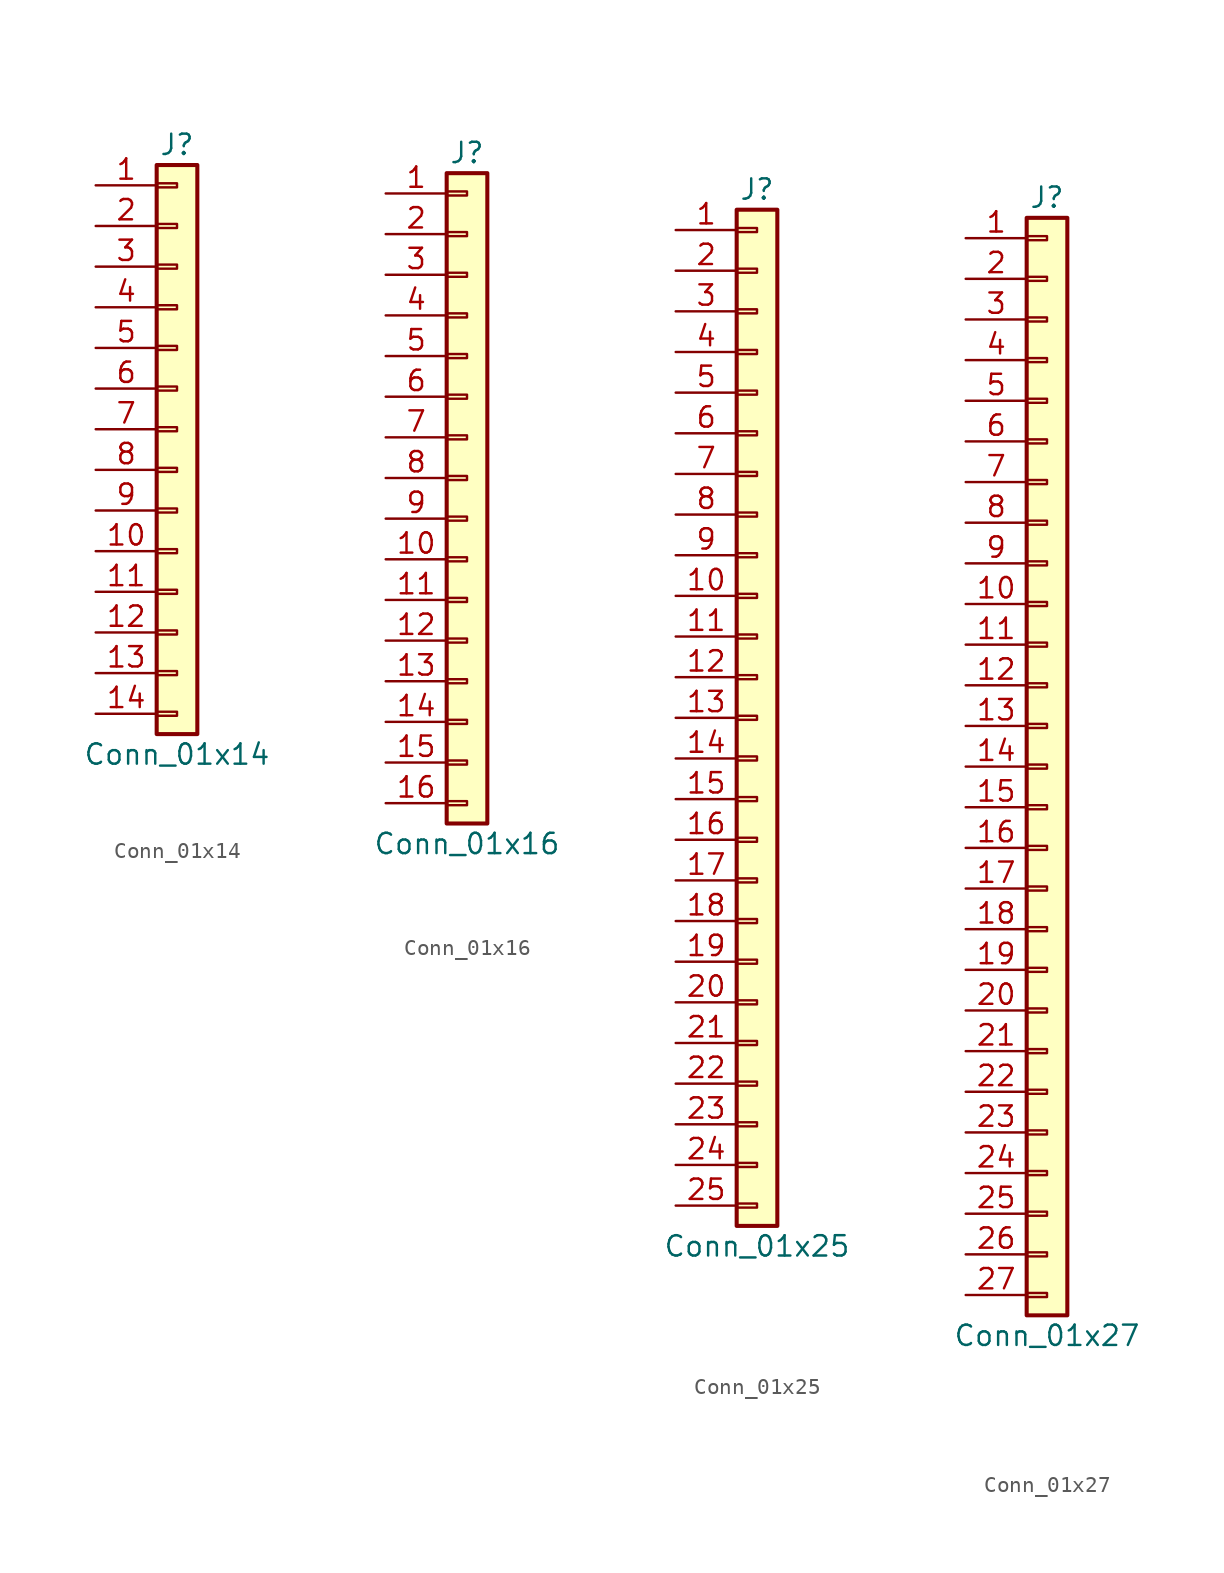
<source format=kicad_sym>
(kicad_symbol_lib
  (version 20220914)
  (generator kicad_symbol_editor)
  (symbol "Conn_01x14"
    (pin_names
      (offset 1.016) hide)
    (property "Reference" "J"
      (at 0 17.78 0)
      (effects (font (size 1.27 1.27))))
    (property "Value" "Conn_01x14"
      (at 0 -20.32 0)
      (effects (font (size 1.27 1.27))))
    (symbol "Conn_01x14_1_1"
      (rectangle (start -1.27 -17.653) (end 0 -17.907) (stroke (width 0.152) (type default)) (fill (type none)))
      (rectangle (start -1.27 -15.113) (end 0 -15.367) (stroke (width 0.152) (type default)) (fill (type none)))
      (rectangle (start -1.27 -12.573) (end 0 -12.827) (stroke (width 0.152) (type default)) (fill (type none)))
      (rectangle (start -1.27 -10.033) (end 0 -10.287) (stroke (width 0.152) (type default)) (fill (type none)))
      (rectangle (start -1.27 -7.493) (end 0 -7.747) (stroke (width 0.152) (type default)) (fill (type none)))
      (rectangle (start -1.27 -4.953) (end 0 -5.207) (stroke (width 0.152) (type default)) (fill (type none)))
      (rectangle (start -1.27 -2.413) (end 0 -2.667) (stroke (width 0.152) (type default)) (fill (type none)))
      (rectangle (start -1.27 0.127) (end 0 -0.127) (stroke (width 0.152) (type default)) (fill (type none)))
      (rectangle (start -1.27 2.667) (end 0 2.413) (stroke (width 0.152) (type default)) (fill (type none)))
      (rectangle (start -1.27 5.207) (end 0 4.953) (stroke (width 0.152) (type default)) (fill (type none)))
      (rectangle (start -1.27 7.747) (end 0 7.493) (stroke (width 0.152) (type default)) (fill (type none)))
      (rectangle (start -1.27 10.287) (end 0 10.033) (stroke (width 0.152) (type default)) (fill (type none)))
      (rectangle (start -1.27 12.827) (end 0 12.573) (stroke (width 0.152) (type default)) (fill (type none)))
      (rectangle (start -1.27 15.367) (end 0 15.113) (stroke (width 0.152) (type default)) (fill (type none)))
      (rectangle (start -1.27 16.51) (end 1.27 -19.05) (stroke (width 0.254) (type default)) (fill (type background)))
      (pin passive line (at -5.08 15.24 0) (length 3.81) (name "Pin_1" (effects (font (size 1.27 1.27)))) (number "1" (effects (font (size 1.27 1.27)))))
      (pin passive line (at -5.08 -7.62 0) (length 3.81) (name "Pin_10" (effects (font (size 1.27 1.27)))) (number "10" (effects (font (size 1.27 1.27)))))
      (pin passive line (at -5.08 -10.16 0) (length 3.81) (name "Pin_11" (effects (font (size 1.27 1.27)))) (number "11" (effects (font (size 1.27 1.27)))))
      (pin passive line (at -5.08 -12.7 0) (length 3.81) (name "Pin_12" (effects (font (size 1.27 1.27)))) (number "12" (effects (font (size 1.27 1.27)))))
      (pin passive line (at -5.08 -15.24 0) (length 3.81) (name "Pin_13" (effects (font (size 1.27 1.27)))) (number "13" (effects (font (size 1.27 1.27)))))
      (pin passive line (at -5.08 -17.78 0) (length 3.81) (name "Pin_14" (effects (font (size 1.27 1.27)))) (number "14" (effects (font (size 1.27 1.27)))))
      (pin passive line (at -5.08 12.7 0) (length 3.81) (name "Pin_2" (effects (font (size 1.27 1.27)))) (number "2" (effects (font (size 1.27 1.27)))))
      (pin passive line (at -5.08 10.16 0) (length 3.81) (name "Pin_3" (effects (font (size 1.27 1.27)))) (number "3" (effects (font (size 1.27 1.27)))))
      (pin passive line (at -5.08 7.62 0) (length 3.81) (name "Pin_4" (effects (font (size 1.27 1.27)))) (number "4" (effects (font (size 1.27 1.27)))))
      (pin passive line (at -5.08 5.08 0) (length 3.81) (name "Pin_5" (effects (font (size 1.27 1.27)))) (number "5" (effects (font (size 1.27 1.27)))))
      (pin passive line (at -5.08 2.54 0) (length 3.81) (name "Pin_6" (effects (font (size 1.27 1.27)))) (number "6" (effects (font (size 1.27 1.27)))))
      (pin passive line (at -5.08 0 0) (length 3.81) (name "Pin_7" (effects (font (size 1.27 1.27)))) (number "7" (effects (font (size 1.27 1.27)))))
      (pin passive line (at -5.08 -2.54 0) (length 3.81) (name "Pin_8" (effects (font (size 1.27 1.27)))) (number "8" (effects (font (size 1.27 1.27)))))
      (pin passive line (at -5.08 -5.08 0) (length 3.81) (name "Pin_9" (effects (font (size 1.27 1.27)))) (number "9" (effects (font (size 1.27 1.27)))))))
  (symbol "Conn_01x16"
    (pin_names
      (offset 1.016) hide)
    (property "Reference" "J"
      (at 0 20.32 0)
      (effects (font (size 1.27 1.27))))
    (property "Value" "Conn_01x16"
      (at 0 -22.86 0)
      (effects (font (size 1.27 1.27))))
    (symbol "Conn_01x16_1_1"
      (rectangle (start -1.27 -20.193) (end 0 -20.447) (stroke (width 0.152) (type default)) (fill (type none)))
      (rectangle (start -1.27 -17.653) (end 0 -17.907) (stroke (width 0.152) (type default)) (fill (type none)))
      (rectangle (start -1.27 -15.113) (end 0 -15.367) (stroke (width 0.152) (type default)) (fill (type none)))
      (rectangle (start -1.27 -12.573) (end 0 -12.827) (stroke (width 0.152) (type default)) (fill (type none)))
      (rectangle (start -1.27 -10.033) (end 0 -10.287) (stroke (width 0.152) (type default)) (fill (type none)))
      (rectangle (start -1.27 -7.493) (end 0 -7.747) (stroke (width 0.152) (type default)) (fill (type none)))
      (rectangle (start -1.27 -4.953) (end 0 -5.207) (stroke (width 0.152) (type default)) (fill (type none)))
      (rectangle (start -1.27 -2.413) (end 0 -2.667) (stroke (width 0.152) (type default)) (fill (type none)))
      (rectangle (start -1.27 0.127) (end 0 -0.127) (stroke (width 0.152) (type default)) (fill (type none)))
      (rectangle (start -1.27 2.667) (end 0 2.413) (stroke (width 0.152) (type default)) (fill (type none)))
      (rectangle (start -1.27 5.207) (end 0 4.953) (stroke (width 0.152) (type default)) (fill (type none)))
      (rectangle (start -1.27 7.747) (end 0 7.493) (stroke (width 0.152) (type default)) (fill (type none)))
      (rectangle (start -1.27 10.287) (end 0 10.033) (stroke (width 0.152) (type default)) (fill (type none)))
      (rectangle (start -1.27 12.827) (end 0 12.573) (stroke (width 0.152) (type default)) (fill (type none)))
      (rectangle (start -1.27 15.367) (end 0 15.113) (stroke (width 0.152) (type default)) (fill (type none)))
      (rectangle (start -1.27 17.907) (end 0 17.653) (stroke (width 0.152) (type default)) (fill (type none)))
      (rectangle (start -1.27 19.05) (end 1.27 -21.59) (stroke (width 0.254) (type default)) (fill (type background)))
      (pin passive line (at -5.08 17.78 0) (length 3.81) (name "Pin_1" (effects (font (size 1.27 1.27)))) (number "1" (effects (font (size 1.27 1.27)))))
      (pin passive line (at -5.08 -5.08 0) (length 3.81) (name "Pin_10" (effects (font (size 1.27 1.27)))) (number "10" (effects (font (size 1.27 1.27)))))
      (pin passive line (at -5.08 -7.62 0) (length 3.81) (name "Pin_11" (effects (font (size 1.27 1.27)))) (number "11" (effects (font (size 1.27 1.27)))))
      (pin passive line (at -5.08 -10.16 0) (length 3.81) (name "Pin_12" (effects (font (size 1.27 1.27)))) (number "12" (effects (font (size 1.27 1.27)))))
      (pin passive line (at -5.08 -12.7 0) (length 3.81) (name "Pin_13" (effects (font (size 1.27 1.27)))) (number "13" (effects (font (size 1.27 1.27)))))
      (pin passive line (at -5.08 -15.24 0) (length 3.81) (name "Pin_14" (effects (font (size 1.27 1.27)))) (number "14" (effects (font (size 1.27 1.27)))))
      (pin passive line (at -5.08 -17.78 0) (length 3.81) (name "Pin_15" (effects (font (size 1.27 1.27)))) (number "15" (effects (font (size 1.27 1.27)))))
      (pin passive line (at -5.08 -20.32 0) (length 3.81) (name "Pin_16" (effects (font (size 1.27 1.27)))) (number "16" (effects (font (size 1.27 1.27)))))
      (pin passive line (at -5.08 15.24 0) (length 3.81) (name "Pin_2" (effects (font (size 1.27 1.27)))) (number "2" (effects (font (size 1.27 1.27)))))
      (pin passive line (at -5.08 12.7 0) (length 3.81) (name "Pin_3" (effects (font (size 1.27 1.27)))) (number "3" (effects (font (size 1.27 1.27)))))
      (pin passive line (at -5.08 10.16 0) (length 3.81) (name "Pin_4" (effects (font (size 1.27 1.27)))) (number "4" (effects (font (size 1.27 1.27)))))
      (pin passive line (at -5.08 7.62 0) (length 3.81) (name "Pin_5" (effects (font (size 1.27 1.27)))) (number "5" (effects (font (size 1.27 1.27)))))
      (pin passive line (at -5.08 5.08 0) (length 3.81) (name "Pin_6" (effects (font (size 1.27 1.27)))) (number "6" (effects (font (size 1.27 1.27)))))
      (pin passive line (at -5.08 2.54 0) (length 3.81) (name "Pin_7" (effects (font (size 1.27 1.27)))) (number "7" (effects (font (size 1.27 1.27)))))
      (pin passive line (at -5.08 0 0) (length 3.81) (name "Pin_8" (effects (font (size 1.27 1.27)))) (number "8" (effects (font (size 1.27 1.27)))))
      (pin passive line (at -5.08 -2.54 0) (length 3.81) (name "Pin_9" (effects (font (size 1.27 1.27)))) (number "9" (effects (font (size 1.27 1.27)))))))
  (symbol "Conn_01x25"
    (pin_names
      (offset 1.016) hide)
    (property "Reference" "J"
      (at 0 33.02 0)
      (effects (font (size 1.27 1.27))))
    (property "Value" "Conn_01x25"
      (at 0 -33.02 0)
      (effects (font (size 1.27 1.27))))
    (symbol "Conn_01x25_1_1"
      (rectangle (start -1.27 -30.353) (end 0 -30.607) (stroke (width 0.152) (type default)) (fill (type none)))
      (rectangle (start -1.27 -27.813) (end 0 -28.067) (stroke (width 0.152) (type default)) (fill (type none)))
      (rectangle (start -1.27 -25.273) (end 0 -25.527) (stroke (width 0.152) (type default)) (fill (type none)))
      (rectangle (start -1.27 -22.733) (end 0 -22.987) (stroke (width 0.152) (type default)) (fill (type none)))
      (rectangle (start -1.27 -20.193) (end 0 -20.447) (stroke (width 0.152) (type default)) (fill (type none)))
      (rectangle (start -1.27 -17.653) (end 0 -17.907) (stroke (width 0.152) (type default)) (fill (type none)))
      (rectangle (start -1.27 -15.113) (end 0 -15.367) (stroke (width 0.152) (type default)) (fill (type none)))
      (rectangle (start -1.27 -12.573) (end 0 -12.827) (stroke (width 0.152) (type default)) (fill (type none)))
      (rectangle (start -1.27 -10.033) (end 0 -10.287) (stroke (width 0.152) (type default)) (fill (type none)))
      (rectangle (start -1.27 -7.493) (end 0 -7.747) (stroke (width 0.152) (type default)) (fill (type none)))
      (rectangle (start -1.27 -4.953) (end 0 -5.207) (stroke (width 0.152) (type default)) (fill (type none)))
      (rectangle (start -1.27 -2.413) (end 0 -2.667) (stroke (width 0.152) (type default)) (fill (type none)))
      (rectangle (start -1.27 0.127) (end 0 -0.127) (stroke (width 0.152) (type default)) (fill (type none)))
      (rectangle (start -1.27 2.667) (end 0 2.413) (stroke (width 0.152) (type default)) (fill (type none)))
      (rectangle (start -1.27 5.207) (end 0 4.953) (stroke (width 0.152) (type default)) (fill (type none)))
      (rectangle (start -1.27 7.747) (end 0 7.493) (stroke (width 0.152) (type default)) (fill (type none)))
      (rectangle (start -1.27 10.287) (end 0 10.033) (stroke (width 0.152) (type default)) (fill (type none)))
      (rectangle (start -1.27 12.827) (end 0 12.573) (stroke (width 0.152) (type default)) (fill (type none)))
      (rectangle (start -1.27 15.367) (end 0 15.113) (stroke (width 0.152) (type default)) (fill (type none)))
      (rectangle (start -1.27 17.907) (end 0 17.653) (stroke (width 0.152) (type default)) (fill (type none)))
      (rectangle (start -1.27 20.447) (end 0 20.193) (stroke (width 0.152) (type default)) (fill (type none)))
      (rectangle (start -1.27 22.987) (end 0 22.733) (stroke (width 0.152) (type default)) (fill (type none)))
      (rectangle (start -1.27 25.527) (end 0 25.273) (stroke (width 0.152) (type default)) (fill (type none)))
      (rectangle (start -1.27 28.067) (end 0 27.813) (stroke (width 0.152) (type default)) (fill (type none)))
      (rectangle (start -1.27 30.607) (end 0 30.353) (stroke (width 0.152) (type default)) (fill (type none)))
      (rectangle (start -1.27 31.75) (end 1.27 -31.75) (stroke (width 0.254) (type default)) (fill (type background)))
      (pin passive line (at -5.08 30.48 0) (length 3.81) (name "Pin_1" (effects (font (size 1.27 1.27)))) (number "1" (effects (font (size 1.27 1.27)))))
      (pin passive line (at -5.08 7.62 0) (length 3.81) (name "Pin_10" (effects (font (size 1.27 1.27)))) (number "10" (effects (font (size 1.27 1.27)))))
      (pin passive line (at -5.08 5.08 0) (length 3.81) (name "Pin_11" (effects (font (size 1.27 1.27)))) (number "11" (effects (font (size 1.27 1.27)))))
      (pin passive line (at -5.08 2.54 0) (length 3.81) (name "Pin_12" (effects (font (size 1.27 1.27)))) (number "12" (effects (font (size 1.27 1.27)))))
      (pin passive line (at -5.08 0 0) (length 3.81) (name "Pin_13" (effects (font (size 1.27 1.27)))) (number "13" (effects (font (size 1.27 1.27)))))
      (pin passive line (at -5.08 -2.54 0) (length 3.81) (name "Pin_14" (effects (font (size 1.27 1.27)))) (number "14" (effects (font (size 1.27 1.27)))))
      (pin passive line (at -5.08 -5.08 0) (length 3.81) (name "Pin_15" (effects (font (size 1.27 1.27)))) (number "15" (effects (font (size 1.27 1.27)))))
      (pin passive line (at -5.08 -7.62 0) (length 3.81) (name "Pin_16" (effects (font (size 1.27 1.27)))) (number "16" (effects (font (size 1.27 1.27)))))
      (pin passive line (at -5.08 -10.16 0) (length 3.81) (name "Pin_17" (effects (font (size 1.27 1.27)))) (number "17" (effects (font (size 1.27 1.27)))))
      (pin passive line (at -5.08 -12.7 0) (length 3.81) (name "Pin_18" (effects (font (size 1.27 1.27)))) (number "18" (effects (font (size 1.27 1.27)))))
      (pin passive line (at -5.08 -15.24 0) (length 3.81) (name "Pin_19" (effects (font (size 1.27 1.27)))) (number "19" (effects (font (size 1.27 1.27)))))
      (pin passive line (at -5.08 27.94 0) (length 3.81) (name "Pin_2" (effects (font (size 1.27 1.27)))) (number "2" (effects (font (size 1.27 1.27)))))
      (pin passive line (at -5.08 -17.78 0) (length 3.81) (name "Pin_20" (effects (font (size 1.27 1.27)))) (number "20" (effects (font (size 1.27 1.27)))))
      (pin passive line (at -5.08 -20.32 0) (length 3.81) (name "Pin_21" (effects (font (size 1.27 1.27)))) (number "21" (effects (font (size 1.27 1.27)))))
      (pin passive line (at -5.08 -22.86 0) (length 3.81) (name "Pin_22" (effects (font (size 1.27 1.27)))) (number "22" (effects (font (size 1.27 1.27)))))
      (pin passive line (at -5.08 -25.4 0) (length 3.81) (name "Pin_23" (effects (font (size 1.27 1.27)))) (number "23" (effects (font (size 1.27 1.27)))))
      (pin passive line (at -5.08 -27.94 0) (length 3.81) (name "Pin_24" (effects (font (size 1.27 1.27)))) (number "24" (effects (font (size 1.27 1.27)))))
      (pin passive line (at -5.08 -30.48 0) (length 3.81) (name "Pin_25" (effects (font (size 1.27 1.27)))) (number "25" (effects (font (size 1.27 1.27)))))
      (pin passive line (at -5.08 25.4 0) (length 3.81) (name "Pin_3" (effects (font (size 1.27 1.27)))) (number "3" (effects (font (size 1.27 1.27)))))
      (pin passive line (at -5.08 22.86 0) (length 3.81) (name "Pin_4" (effects (font (size 1.27 1.27)))) (number "4" (effects (font (size 1.27 1.27)))))
      (pin passive line (at -5.08 20.32 0) (length 3.81) (name "Pin_5" (effects (font (size 1.27 1.27)))) (number "5" (effects (font (size 1.27 1.27)))))
      (pin passive line (at -5.08 17.78 0) (length 3.81) (name "Pin_6" (effects (font (size 1.27 1.27)))) (number "6" (effects (font (size 1.27 1.27)))))
      (pin passive line (at -5.08 15.24 0) (length 3.81) (name "Pin_7" (effects (font (size 1.27 1.27)))) (number "7" (effects (font (size 1.27 1.27)))))
      (pin passive line (at -5.08 12.7 0) (length 3.81) (name "Pin_8" (effects (font (size 1.27 1.27)))) (number "8" (effects (font (size 1.27 1.27)))))
      (pin passive line (at -5.08 10.16 0) (length 3.81) (name "Pin_9" (effects (font (size 1.27 1.27)))) (number "9" (effects (font (size 1.27 1.27)))))))
  (symbol "Conn_01x27"
    (pin_names
      (offset 1.016) hide)
    (property "Reference" "J"
      (at 0 35.56 0)
      (effects (font (size 1.27 1.27))))
    (property "Value" "Conn_01x27"
      (at 0 -35.56 0)
      (effects (font (size 1.27 1.27))))
    (symbol "Conn_01x27_1_1"
      (rectangle (start -1.27 -32.893) (end 0 -33.147) (stroke (width 0.152) (type default)) (fill (type none)))
      (rectangle (start -1.27 -30.353) (end 0 -30.607) (stroke (width 0.152) (type default)) (fill (type none)))
      (rectangle (start -1.27 -27.813) (end 0 -28.067) (stroke (width 0.152) (type default)) (fill (type none)))
      (rectangle (start -1.27 -25.273) (end 0 -25.527) (stroke (width 0.152) (type default)) (fill (type none)))
      (rectangle (start -1.27 -22.733) (end 0 -22.987) (stroke (width 0.152) (type default)) (fill (type none)))
      (rectangle (start -1.27 -20.193) (end 0 -20.447) (stroke (width 0.152) (type default)) (fill (type none)))
      (rectangle (start -1.27 -17.653) (end 0 -17.907) (stroke (width 0.152) (type default)) (fill (type none)))
      (rectangle (start -1.27 -15.113) (end 0 -15.367) (stroke (width 0.152) (type default)) (fill (type none)))
      (rectangle (start -1.27 -12.573) (end 0 -12.827) (stroke (width 0.152) (type default)) (fill (type none)))
      (rectangle (start -1.27 -10.033) (end 0 -10.287) (stroke (width 0.152) (type default)) (fill (type none)))
      (rectangle (start -1.27 -7.493) (end 0 -7.747) (stroke (width 0.152) (type default)) (fill (type none)))
      (rectangle (start -1.27 -4.953) (end 0 -5.207) (stroke (width 0.152) (type default)) (fill (type none)))
      (rectangle (start -1.27 -2.413) (end 0 -2.667) (stroke (width 0.152) (type default)) (fill (type none)))
      (rectangle (start -1.27 0.127) (end 0 -0.127) (stroke (width 0.152) (type default)) (fill (type none)))
      (rectangle (start -1.27 2.667) (end 0 2.413) (stroke (width 0.152) (type default)) (fill (type none)))
      (rectangle (start -1.27 5.207) (end 0 4.953) (stroke (width 0.152) (type default)) (fill (type none)))
      (rectangle (start -1.27 7.747) (end 0 7.493) (stroke (width 0.152) (type default)) (fill (type none)))
      (rectangle (start -1.27 10.287) (end 0 10.033) (stroke (width 0.152) (type default)) (fill (type none)))
      (rectangle (start -1.27 12.827) (end 0 12.573) (stroke (width 0.152) (type default)) (fill (type none)))
      (rectangle (start -1.27 15.367) (end 0 15.113) (stroke (width 0.152) (type default)) (fill (type none)))
      (rectangle (start -1.27 17.907) (end 0 17.653) (stroke (width 0.152) (type default)) (fill (type none)))
      (rectangle (start -1.27 20.447) (end 0 20.193) (stroke (width 0.152) (type default)) (fill (type none)))
      (rectangle (start -1.27 22.987) (end 0 22.733) (stroke (width 0.152) (type default)) (fill (type none)))
      (rectangle (start -1.27 25.527) (end 0 25.273) (stroke (width 0.152) (type default)) (fill (type none)))
      (rectangle (start -1.27 28.067) (end 0 27.813) (stroke (width 0.152) (type default)) (fill (type none)))
      (rectangle (start -1.27 30.607) (end 0 30.353) (stroke (width 0.152) (type default)) (fill (type none)))
      (rectangle (start -1.27 33.147) (end 0 32.893) (stroke (width 0.152) (type default)) (fill (type none)))
      (rectangle (start -1.27 34.29) (end 1.27 -34.29) (stroke (width 0.254) (type default)) (fill (type background)))
      (pin passive line (at -5.08 33.02 0) (length 3.81) (name "Pin_1" (effects (font (size 1.27 1.27)))) (number "1" (effects (font (size 1.27 1.27)))))
      (pin passive line (at -5.08 10.16 0) (length 3.81) (name "Pin_10" (effects (font (size 1.27 1.27)))) (number "10" (effects (font (size 1.27 1.27)))))
      (pin passive line (at -5.08 7.62 0) (length 3.81) (name "Pin_11" (effects (font (size 1.27 1.27)))) (number "11" (effects (font (size 1.27 1.27)))))
      (pin passive line (at -5.08 5.08 0) (length 3.81) (name "Pin_12" (effects (font (size 1.27 1.27)))) (number "12" (effects (font (size 1.27 1.27)))))
      (pin passive line (at -5.08 2.54 0) (length 3.81) (name "Pin_13" (effects (font (size 1.27 1.27)))) (number "13" (effects (font (size 1.27 1.27)))))
      (pin passive line (at -5.08 0 0) (length 3.81) (name "Pin_14" (effects (font (size 1.27 1.27)))) (number "14" (effects (font (size 1.27 1.27)))))
      (pin passive line (at -5.08 -2.54 0) (length 3.81) (name "Pin_15" (effects (font (size 1.27 1.27)))) (number "15" (effects (font (size 1.27 1.27)))))
      (pin passive line (at -5.08 -5.08 0) (length 3.81) (name "Pin_16" (effects (font (size 1.27 1.27)))) (number "16" (effects (font (size 1.27 1.27)))))
      (pin passive line (at -5.08 -7.62 0) (length 3.81) (name "Pin_17" (effects (font (size 1.27 1.27)))) (number "17" (effects (font (size 1.27 1.27)))))
      (pin passive line (at -5.08 -10.16 0) (length 3.81) (name "Pin_18" (effects (font (size 1.27 1.27)))) (number "18" (effects (font (size 1.27 1.27)))))
      (pin passive line (at -5.08 -12.7 0) (length 3.81) (name "Pin_19" (effects (font (size 1.27 1.27)))) (number "19" (effects (font (size 1.27 1.27)))))
      (pin passive line (at -5.08 30.48 0) (length 3.81) (name "Pin_2" (effects (font (size 1.27 1.27)))) (number "2" (effects (font (size 1.27 1.27)))))
      (pin passive line (at -5.08 -15.24 0) (length 3.81) (name "Pin_20" (effects (font (size 1.27 1.27)))) (number "20" (effects (font (size 1.27 1.27)))))
      (pin passive line (at -5.08 -17.78 0) (length 3.81) (name "Pin_21" (effects (font (size 1.27 1.27)))) (number "21" (effects (font (size 1.27 1.27)))))
      (pin passive line (at -5.08 -20.32 0) (length 3.81) (name "Pin_22" (effects (font (size 1.27 1.27)))) (number "22" (effects (font (size 1.27 1.27)))))
      (pin passive line (at -5.08 -22.86 0) (length 3.81) (name "Pin_23" (effects (font (size 1.27 1.27)))) (number "23" (effects (font (size 1.27 1.27)))))
      (pin passive line (at -5.08 -25.4 0) (length 3.81) (name "Pin_24" (effects (font (size 1.27 1.27)))) (number "24" (effects (font (size 1.27 1.27)))))
      (pin passive line (at -5.08 -27.94 0) (length 3.81) (name "Pin_25" (effects (font (size 1.27 1.27)))) (number "25" (effects (font (size 1.27 1.27)))))
      (pin passive line (at -5.08 -30.48 0) (length 3.81) (name "Pin_26" (effects (font (size 1.27 1.27)))) (number "26" (effects (font (size 1.27 1.27)))))
      (pin passive line (at -5.08 -33.02 0) (length 3.81) (name "Pin_27" (effects (font (size 1.27 1.27)))) (number "27" (effects (font (size 1.27 1.27)))))
      (pin passive line (at -5.08 27.94 0) (length 3.81) (name "Pin_3" (effects (font (size 1.27 1.27)))) (number "3" (effects (font (size 1.27 1.27)))))
      (pin passive line (at -5.08 25.4 0) (length 3.81) (name "Pin_4" (effects (font (size 1.27 1.27)))) (number "4" (effects (font (size 1.27 1.27)))))
      (pin passive line (at -5.08 22.86 0) (length 3.81) (name "Pin_5" (effects (font (size 1.27 1.27)))) (number "5" (effects (font (size 1.27 1.27)))))
      (pin passive line (at -5.08 20.32 0) (length 3.81) (name "Pin_6" (effects (font (size 1.27 1.27)))) (number "6" (effects (font (size 1.27 1.27)))))
      (pin passive line (at -5.08 17.78 0) (length 3.81) (name "Pin_7" (effects (font (size 1.27 1.27)))) (number "7" (effects (font (size 1.27 1.27)))))
      (pin passive line (at -5.08 15.24 0) (length 3.81) (name "Pin_8" (effects (font (size 1.27 1.27)))) (number "8" (effects (font (size 1.27 1.27)))))
      (pin passive line (at -5.08 12.7 0) (length 3.81) (name "Pin_9" (effects (font (size 1.27 1.27)))) (number "9" (effects (font (size 1.27 1.27))))))))
</source>
